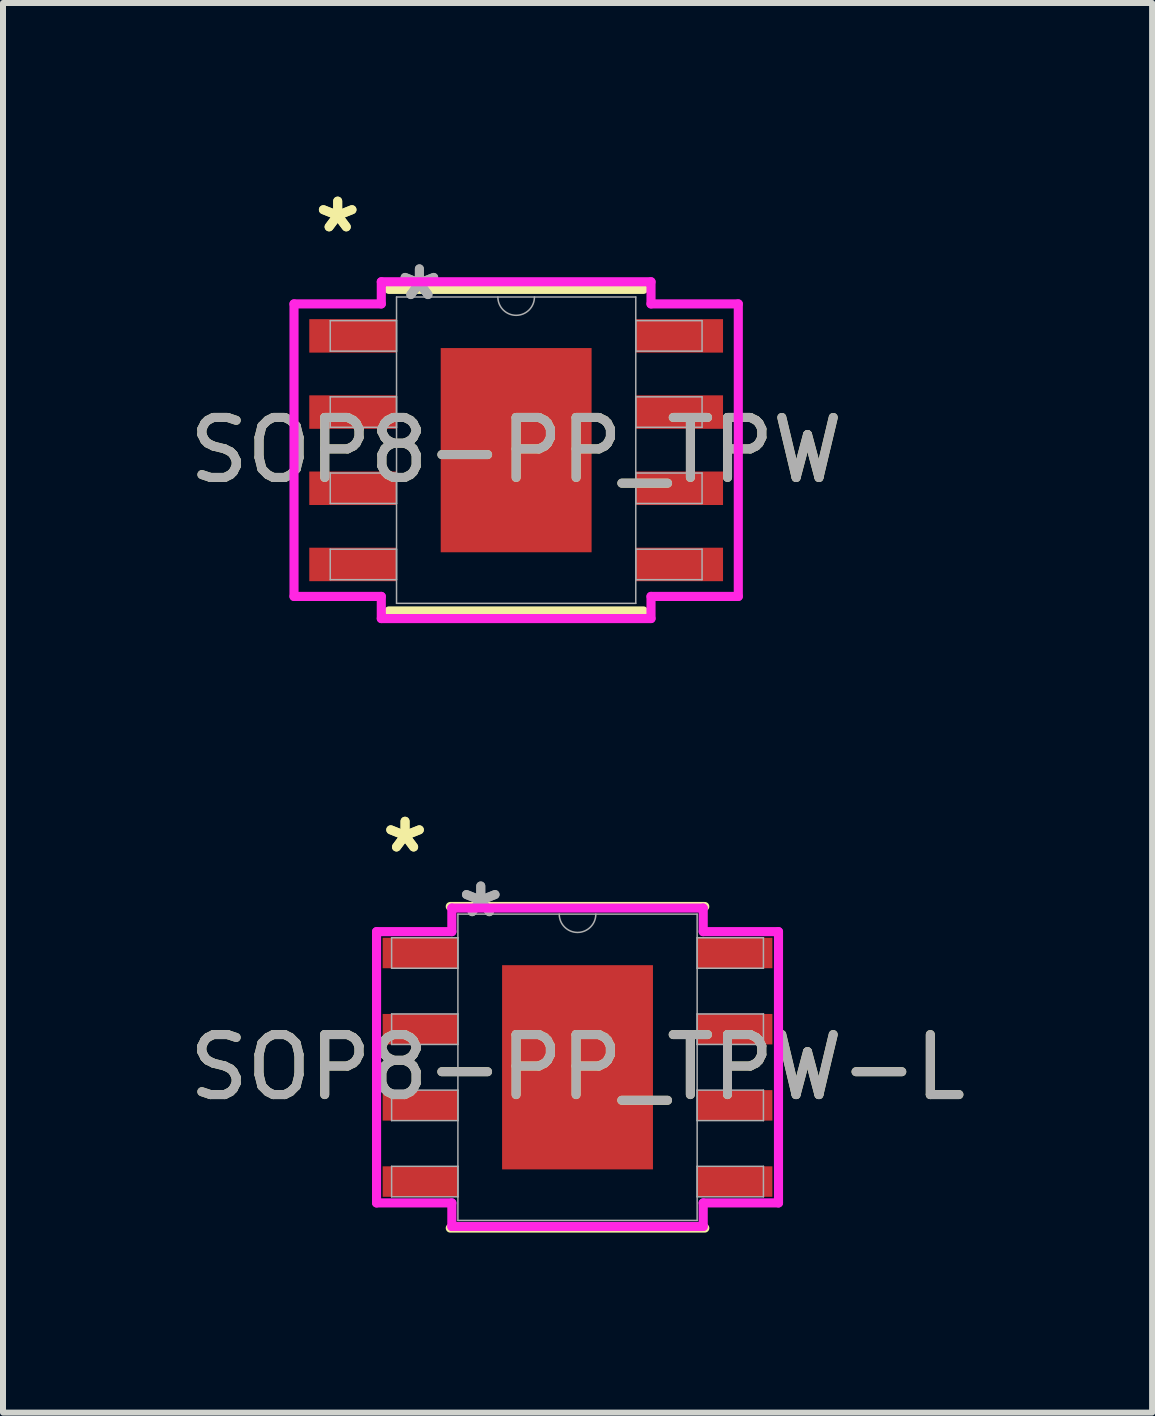
<source format=kicad_pcb>
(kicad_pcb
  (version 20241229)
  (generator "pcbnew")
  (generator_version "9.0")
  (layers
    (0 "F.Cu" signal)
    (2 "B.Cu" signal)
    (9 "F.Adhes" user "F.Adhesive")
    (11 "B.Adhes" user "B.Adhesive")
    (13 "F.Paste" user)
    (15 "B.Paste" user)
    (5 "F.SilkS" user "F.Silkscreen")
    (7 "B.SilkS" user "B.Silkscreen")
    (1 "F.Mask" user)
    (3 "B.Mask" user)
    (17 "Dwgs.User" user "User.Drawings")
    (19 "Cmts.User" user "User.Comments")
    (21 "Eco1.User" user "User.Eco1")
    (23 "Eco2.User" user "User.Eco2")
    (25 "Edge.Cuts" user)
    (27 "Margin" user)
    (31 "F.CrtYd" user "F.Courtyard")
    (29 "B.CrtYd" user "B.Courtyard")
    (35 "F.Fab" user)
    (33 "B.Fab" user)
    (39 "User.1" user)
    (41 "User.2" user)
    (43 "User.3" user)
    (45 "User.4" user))
  (footprint "SOP8-PP_TPW"
    (layer "F.Cu")
    (at 5.554 4.454)
    (property "Reference" "SOP8-PP_TPW" (at 0 0 0) (unlocked yes) (layer "F.SilkS") (effects (font (size 1 1) (thickness 0.15))))
    (attr smd)
    (fp_line (start -2.121 2.68) (end 2.121 2.68) (stroke (width 0.152) (type solid)) (layer "F.SilkS"))
    (fp_line (start 2.121 -2.68) (end -2.121 -2.68) (stroke (width 0.152) (type solid)) (layer "F.SilkS"))
    (fp_poly (pts (xy -1.157 -1.602) (xy -1.157 -0.1) (xy 1.157 -0.1) (xy 1.157 -1.602)) (stroke (width 0) (type solid)) (fill yes) (layer "F.Paste"))
    (fp_poly (pts (xy -1.157 0.1) (xy -1.157 1.602) (xy 1.157 1.602) (xy 1.157 0.1)) (stroke (width 0) (type solid)) (fill yes) (layer "F.Paste"))
    (fp_line (start -3.703 -2.438) (end -2.248 -2.438) (stroke (width 0.152) (type solid)) (layer "F.CrtYd"))
    (fp_line (start -3.703 2.438) (end -3.703 -2.438) (stroke (width 0.152) (type solid)) (layer "F.CrtYd"))
    (fp_line (start -3.703 2.438) (end -2.248 2.438) (stroke (width 0.152) (type solid)) (layer "F.CrtYd"))
    (fp_line (start -2.248 -2.807) (end 2.248 -2.807) (stroke (width 0.152) (type solid)) (layer "F.CrtYd"))
    (fp_line (start -2.248 -2.438) (end -2.248 -2.807) (stroke (width 0.152) (type solid)) (layer "F.CrtYd"))
    (fp_line (start -2.248 2.807) (end -2.248 2.438) (stroke (width 0.152) (type solid)) (layer "F.CrtYd"))
    (fp_line (start 2.248 -2.807) (end 2.248 -2.438) (stroke (width 0.152) (type solid)) (layer "F.CrtYd"))
    (fp_line (start 2.248 2.438) (end 2.248 2.807) (stroke (width 0.152) (type solid)) (layer "F.CrtYd"))
    (fp_line (start 2.248 2.807) (end -2.248 2.807) (stroke (width 0.152) (type solid)) (layer "F.CrtYd"))
    (fp_line (start 3.703 -2.438) (end 2.248 -2.438) (stroke (width 0.152) (type solid)) (layer "F.CrtYd"))
    (fp_line (start 3.703 -2.438) (end 3.703 2.438) (stroke (width 0.152) (type solid)) (layer "F.CrtYd"))
    (fp_line (start 3.703 2.438) (end 2.248 2.438) (stroke (width 0.152) (type solid)) (layer "F.CrtYd"))
    (fp_line (start -3.099 -2.159) (end -3.099 -1.651) (stroke (width 0.025) (type solid)) (layer "F.Fab"))
    (fp_line (start -3.099 -1.651) (end -1.994 -1.651) (stroke (width 0.025) (type solid)) (layer "F.Fab"))
    (fp_line (start -3.099 -0.889) (end -3.099 -0.381) (stroke (width 0.025) (type solid)) (layer "F.Fab"))
    (fp_line (start -3.099 -0.381) (end -1.994 -0.381) (stroke (width 0.025) (type solid)) (layer "F.Fab"))
    (fp_line (start -3.099 0.381) (end -3.099 0.889) (stroke (width 0.025) (type solid)) (layer "F.Fab"))
    (fp_line (start -3.099 0.889) (end -1.994 0.889) (stroke (width 0.025) (type solid)) (layer "F.Fab"))
    (fp_line (start -3.099 1.651) (end -3.099 2.159) (stroke (width 0.025) (type solid)) (layer "F.Fab"))
    (fp_line (start -3.099 2.159) (end -1.994 2.159) (stroke (width 0.025) (type solid)) (layer "F.Fab"))
    (fp_line (start -1.994 -2.553) (end -1.994 2.553) (stroke (width 0.025) (type solid)) (layer "F.Fab"))
    (fp_line (start -1.994 -2.159) (end -3.099 -2.159) (stroke (width 0.025) (type solid)) (layer "F.Fab"))
    (fp_line (start -1.994 -1.651) (end -1.994 -2.159) (stroke (width 0.025) (type solid)) (layer "F.Fab"))
    (fp_line (start -1.994 -0.889) (end -3.099 -0.889) (stroke (width 0.025) (type solid)) (layer "F.Fab"))
    (fp_line (start -1.994 -0.381) (end -1.994 -0.889) (stroke (width 0.025) (type solid)) (layer "F.Fab"))
    (fp_line (start -1.994 0.381) (end -3.099 0.381) (stroke (width 0.025) (type solid)) (layer "F.Fab"))
    (fp_line (start -1.994 0.889) (end -1.994 0.381) (stroke (width 0.025) (type solid)) (layer "F.Fab"))
    (fp_line (start -1.994 1.651) (end -3.099 1.651) (stroke (width 0.025) (type solid)) (layer "F.Fab"))
    (fp_line (start -1.994 2.159) (end -1.994 1.651) (stroke (width 0.025) (type solid)) (layer "F.Fab"))
    (fp_line (start -1.994 2.553) (end 1.994 2.553) (stroke (width 0.025) (type solid)) (layer "F.Fab"))
    (fp_line (start 1.994 -2.553) (end -1.994 -2.553) (stroke (width 0.025) (type solid)) (layer "F.Fab"))
    (fp_line (start 1.994 -2.159) (end 1.994 -1.651) (stroke (width 0.025) (type solid)) (layer "F.Fab"))
    (fp_line (start 1.994 -1.651) (end 3.099 -1.651) (stroke (width 0.025) (type solid)) (layer "F.Fab"))
    (fp_line (start 1.994 -0.889) (end 1.994 -0.381) (stroke (width 0.025) (type solid)) (layer "F.Fab"))
    (fp_line (start 1.994 -0.381) (end 3.099 -0.381) (stroke (width 0.025) (type solid)) (layer "F.Fab"))
    (fp_line (start 1.994 0.381) (end 1.994 0.889) (stroke (width 0.025) (type solid)) (layer "F.Fab"))
    (fp_line (start 1.994 0.889) (end 3.099 0.889) (stroke (width 0.025) (type solid)) (layer "F.Fab"))
    (fp_line (start 1.994 1.651) (end 1.994 2.159) (stroke (width 0.025) (type solid)) (layer "F.Fab"))
    (fp_line (start 1.994 2.159) (end 3.099 2.159) (stroke (width 0.025) (type solid)) (layer "F.Fab"))
    (fp_line (start 1.994 2.553) (end 1.994 -2.553) (stroke (width 0.025) (type solid)) (layer "F.Fab"))
    (fp_line (start 3.099 -2.159) (end 1.994 -2.159) (stroke (width 0.025) (type solid)) (layer "F.Fab"))
    (fp_line (start 3.099 -1.651) (end 3.099 -2.159) (stroke (width 0.025) (type solid)) (layer "F.Fab"))
    (fp_line (start 3.099 -0.889) (end 1.994 -0.889) (stroke (width 0.025) (type solid)) (layer "F.Fab"))
    (fp_line (start 3.099 -0.381) (end 3.099 -0.889) (stroke (width 0.025) (type solid)) (layer "F.Fab"))
    (fp_line (start 3.099 0.381) (end 1.994 0.381) (stroke (width 0.025) (type solid)) (layer "F.Fab"))
    (fp_line (start 3.099 0.889) (end 3.099 0.381) (stroke (width 0.025) (type solid)) (layer "F.Fab"))
    (fp_line (start 3.099 1.651) (end 1.994 1.651) (stroke (width 0.025) (type solid)) (layer "F.Fab"))
    (fp_line (start 3.099 2.159) (end 3.099 1.651) (stroke (width 0.025) (type solid)) (layer "F.Fab"))
    (fp_arc (start 0.3048 -2.5527) (mid 0 -2.2479) (end -0.3048 -2.5527) (stroke (width 0.0254) (type solid)) (layer "F.Fab"))
    (fp_text user "*" (at -2.975 -3.606 0) (unlocked yes) (layer "F.SilkS") (effects (font (size 1 1) (thickness 0.15))))
    (fp_text user "*" (at -2.975 -3.606 0) (layer "F.SilkS") (effects (font (size 1 1) (thickness 0.15))))
    (fp_text user "*" (at -1.613 -2.477 0) (layer "F.Fab") (effects (font (size 1 1) (thickness 0.15))))
    (fp_text user "*" (at -1.613 -2.477 0) (unlocked yes) (layer "F.Fab") (effects (font (size 1 1) (thickness 0.15))))
    (fp_text user "${REFERENCE}" (at 0 0 0) (unlocked yes) (layer "F.Fab") (effects (font (size 1 1) (thickness 0.15))))
    (pad "1" smd rect (at -2.721 -1.905) (size 1.455 0.558) (layers "F.Cu" "F.Mask" "F.Paste"))
    (pad "2" smd rect (at -2.721 -0.635) (size 1.455 0.558) (layers "F.Cu" "F.Mask" "F.Paste"))
    (pad "3" smd rect (at -2.721 0.635) (size 1.455 0.558) (layers "F.Cu" "F.Mask" "F.Paste"))
    (pad "4" smd rect (at -2.721 1.905) (size 1.455 0.558) (layers "F.Cu" "F.Mask" "F.Paste"))
    (pad "5" smd rect (at 2.721 1.905) (size 1.455 0.558) (layers "F.Cu" "F.Mask" "F.Paste"))
    (pad "6" smd rect (at 2.721 0.635) (size 1.455 0.558) (layers "F.Cu" "F.Mask" "F.Paste"))
    (pad "7" smd rect (at 2.721 -0.635) (size 1.455 0.558) (layers "F.Cu" "F.Mask" "F.Paste"))
    (pad "8" smd rect (at 2.721 -1.905) (size 1.455 0.558) (layers "F.Cu" "F.Mask" "F.Paste"))
    (pad "EPAD" smd rect (at 0 0) (size 2.515 3.404) (layers "F.Cu" "F.Mask")))
  (footprint "SOP8-PP_TPW-L"
    (layer "F.Cu")
    (at 6.577 14.741)
    (property "Reference" "SOP8-PP_TPW-L" (at 0 0 0) (unlocked yes) (layer "F.SilkS") (effects (font (size 1 1) (thickness 0.15))))
    (attr smd)
    (fp_line (start -2.121 2.68) (end 2.121 2.68) (stroke (width 0.152) (type solid)) (layer "F.SilkS"))
    (fp_line (start 2.121 -2.68) (end -2.121 -2.68) (stroke (width 0.152) (type solid)) (layer "F.SilkS"))
    (fp_poly (pts (xy -1.157 -1.602) (xy -1.157 -0.1) (xy 1.157 -0.1) (xy 1.157 -1.602)) (stroke (width 0) (type solid)) (fill yes) (layer "F.Paste"))
    (fp_poly (pts (xy -1.157 0.1) (xy -1.157 1.602) (xy 1.157 1.602) (xy 1.157 0.1)) (stroke (width 0) (type solid)) (fill yes) (layer "F.Paste"))
    (fp_line (start -3.35 -2.261) (end -2.095 -2.261) (stroke (width 0.152) (type solid)) (layer "F.CrtYd"))
    (fp_line (start -3.35 2.261) (end -3.35 -2.261) (stroke (width 0.152) (type solid)) (layer "F.CrtYd"))
    (fp_line (start -3.35 2.261) (end -2.095 2.261) (stroke (width 0.152) (type solid)) (layer "F.CrtYd"))
    (fp_line (start -2.095 -2.654) (end 2.095 -2.654) (stroke (width 0.152) (type solid)) (layer "F.CrtYd"))
    (fp_line (start -2.095 -2.261) (end -2.095 -2.654) (stroke (width 0.152) (type solid)) (layer "F.CrtYd"))
    (fp_line (start -2.095 2.654) (end -2.095 2.261) (stroke (width 0.152) (type solid)) (layer "F.CrtYd"))
    (fp_line (start 2.095 -2.654) (end 2.095 -2.261) (stroke (width 0.152) (type solid)) (layer "F.CrtYd"))
    (fp_line (start 2.095 2.261) (end 2.095 2.654) (stroke (width 0.152) (type solid)) (layer "F.CrtYd"))
    (fp_line (start 2.095 2.654) (end -2.095 2.654) (stroke (width 0.152) (type solid)) (layer "F.CrtYd"))
    (fp_line (start 3.35 -2.261) (end 2.095 -2.261) (stroke (width 0.152) (type solid)) (layer "F.CrtYd"))
    (fp_line (start 3.35 -2.261) (end 3.35 2.261) (stroke (width 0.152) (type solid)) (layer "F.CrtYd"))
    (fp_line (start 3.35 2.261) (end 2.095 2.261) (stroke (width 0.152) (type solid)) (layer "F.CrtYd"))
    (fp_line (start -3.099 -2.159) (end -3.099 -1.651) (stroke (width 0.025) (type solid)) (layer "F.Fab"))
    (fp_line (start -3.099 -1.651) (end -1.994 -1.651) (stroke (width 0.025) (type solid)) (layer "F.Fab"))
    (fp_line (start -3.099 -0.889) (end -3.099 -0.381) (stroke (width 0.025) (type solid)) (layer "F.Fab"))
    (fp_line (start -3.099 -0.381) (end -1.994 -0.381) (stroke (width 0.025) (type solid)) (layer "F.Fab"))
    (fp_line (start -3.099 0.381) (end -3.099 0.889) (stroke (width 0.025) (type solid)) (layer "F.Fab"))
    (fp_line (start -3.099 0.889) (end -1.994 0.889) (stroke (width 0.025) (type solid)) (layer "F.Fab"))
    (fp_line (start -3.099 1.651) (end -3.099 2.159) (stroke (width 0.025) (type solid)) (layer "F.Fab"))
    (fp_line (start -3.099 2.159) (end -1.994 2.159) (stroke (width 0.025) (type solid)) (layer "F.Fab"))
    (fp_line (start -1.994 -2.553) (end -1.994 2.553) (stroke (width 0.025) (type solid)) (layer "F.Fab"))
    (fp_line (start -1.994 -2.159) (end -3.099 -2.159) (stroke (width 0.025) (type solid)) (layer "F.Fab"))
    (fp_line (start -1.994 -1.651) (end -1.994 -2.159) (stroke (width 0.025) (type solid)) (layer "F.Fab"))
    (fp_line (start -1.994 -0.889) (end -3.099 -0.889) (stroke (width 0.025) (type solid)) (layer "F.Fab"))
    (fp_line (start -1.994 -0.381) (end -1.994 -0.889) (stroke (width 0.025) (type solid)) (layer "F.Fab"))
    (fp_line (start -1.994 0.381) (end -3.099 0.381) (stroke (width 0.025) (type solid)) (layer "F.Fab"))
    (fp_line (start -1.994 0.889) (end -1.994 0.381) (stroke (width 0.025) (type solid)) (layer "F.Fab"))
    (fp_line (start -1.994 1.651) (end -3.099 1.651) (stroke (width 0.025) (type solid)) (layer "F.Fab"))
    (fp_line (start -1.994 2.159) (end -1.994 1.651) (stroke (width 0.025) (type solid)) (layer "F.Fab"))
    (fp_line (start -1.994 2.553) (end 1.994 2.553) (stroke (width 0.025) (type solid)) (layer "F.Fab"))
    (fp_line (start 1.994 -2.553) (end -1.994 -2.553) (stroke (width 0.025) (type solid)) (layer "F.Fab"))
    (fp_line (start 1.994 -2.159) (end 1.994 -1.651) (stroke (width 0.025) (type solid)) (layer "F.Fab"))
    (fp_line (start 1.994 -1.651) (end 3.099 -1.651) (stroke (width 0.025) (type solid)) (layer "F.Fab"))
    (fp_line (start 1.994 -0.889) (end 1.994 -0.381) (stroke (width 0.025) (type solid)) (layer "F.Fab"))
    (fp_line (start 1.994 -0.381) (end 3.099 -0.381) (stroke (width 0.025) (type solid)) (layer "F.Fab"))
    (fp_line (start 1.994 0.381) (end 1.994 0.889) (stroke (width 0.025) (type solid)) (layer "F.Fab"))
    (fp_line (start 1.994 0.889) (end 3.099 0.889) (stroke (width 0.025) (type solid)) (layer "F.Fab"))
    (fp_line (start 1.994 1.651) (end 1.994 2.159) (stroke (width 0.025) (type solid)) (layer "F.Fab"))
    (fp_line (start 1.994 2.159) (end 3.099 2.159) (stroke (width 0.025) (type solid)) (layer "F.Fab"))
    (fp_line (start 1.994 2.553) (end 1.994 -2.553) (stroke (width 0.025) (type solid)) (layer "F.Fab"))
    (fp_line (start 3.099 -2.159) (end 1.994 -2.159) (stroke (width 0.025) (type solid)) (layer "F.Fab"))
    (fp_line (start 3.099 -1.651) (end 3.099 -2.159) (stroke (width 0.025) (type solid)) (layer "F.Fab"))
    (fp_line (start 3.099 -0.889) (end 1.994 -0.889) (stroke (width 0.025) (type solid)) (layer "F.Fab"))
    (fp_line (start 3.099 -0.381) (end 3.099 -0.889) (stroke (width 0.025) (type solid)) (layer "F.Fab"))
    (fp_line (start 3.099 0.381) (end 1.994 0.381) (stroke (width 0.025) (type solid)) (layer "F.Fab"))
    (fp_line (start 3.099 0.889) (end 3.099 0.381) (stroke (width 0.025) (type solid)) (layer "F.Fab"))
    (fp_line (start 3.099 1.651) (end 1.994 1.651) (stroke (width 0.025) (type solid)) (layer "F.Fab"))
    (fp_line (start 3.099 2.159) (end 3.099 1.651) (stroke (width 0.025) (type solid)) (layer "F.Fab"))
    (fp_arc (start 0.3048 -2.5527) (mid 0 -2.2479) (end -0.3048 -2.5527) (stroke (width 0.0254) (type solid)) (layer "F.Fab"))
    (fp_text user "*" (at -2.875 -3.556 0) (layer "F.SilkS") (effects (font (size 1 1) (thickness 0.15))))
    (fp_text user "*" (at -2.875 -3.556 0) (unlocked yes) (layer "F.SilkS") (effects (font (size 1 1) (thickness 0.15))))
    (fp_text user "*" (at -1.613 -2.477 0) (unlocked yes) (layer "F.Fab") (effects (font (size 1 1) (thickness 0.15))))
    (fp_text user "${REFERENCE}" (at 0 0 0) (unlocked yes) (layer "F.Fab") (effects (font (size 1 1) (thickness 0.15))))
    (fp_text user "*" (at -1.613 -2.477 0) (layer "F.Fab") (effects (font (size 1 1) (thickness 0.15))))
    (pad "1" smd rect (at -2.621 -1.905) (size 1.255 0.508) (layers "F.Cu" "F.Mask" "F.Paste"))
    (pad "2" smd rect (at -2.621 -0.635) (size 1.255 0.508) (layers "F.Cu" "F.Mask" "F.Paste"))
    (pad "3" smd rect (at -2.621 0.635) (size 1.255 0.508) (layers "F.Cu" "F.Mask" "F.Paste"))
    (pad "4" smd rect (at -2.621 1.905) (size 1.255 0.508) (layers "F.Cu" "F.Mask" "F.Paste"))
    (pad "5" smd rect (at 2.621 1.905) (size 1.255 0.508) (layers "F.Cu" "F.Mask" "F.Paste"))
    (pad "6" smd rect (at 2.621 0.635) (size 1.255 0.508) (layers "F.Cu" "F.Mask" "F.Paste"))
    (pad "7" smd rect (at 2.621 -0.635) (size 1.255 0.508) (layers "F.Cu" "F.Mask" "F.Paste"))
    (pad "8" smd rect (at 2.621 -1.905) (size 1.255 0.508) (layers "F.Cu" "F.Mask" "F.Paste"))
    (pad "EPAD" smd rect (at 0 0) (size 2.515 3.404) (layers "F.Cu" "F.Mask")))
  (gr_rect
    (start -3 -3)
    (end 16.155 20.497)
    (stroke (width 0.1) (type default))
    (fill no)
    (layer "Edge.Cuts")))
</source>
